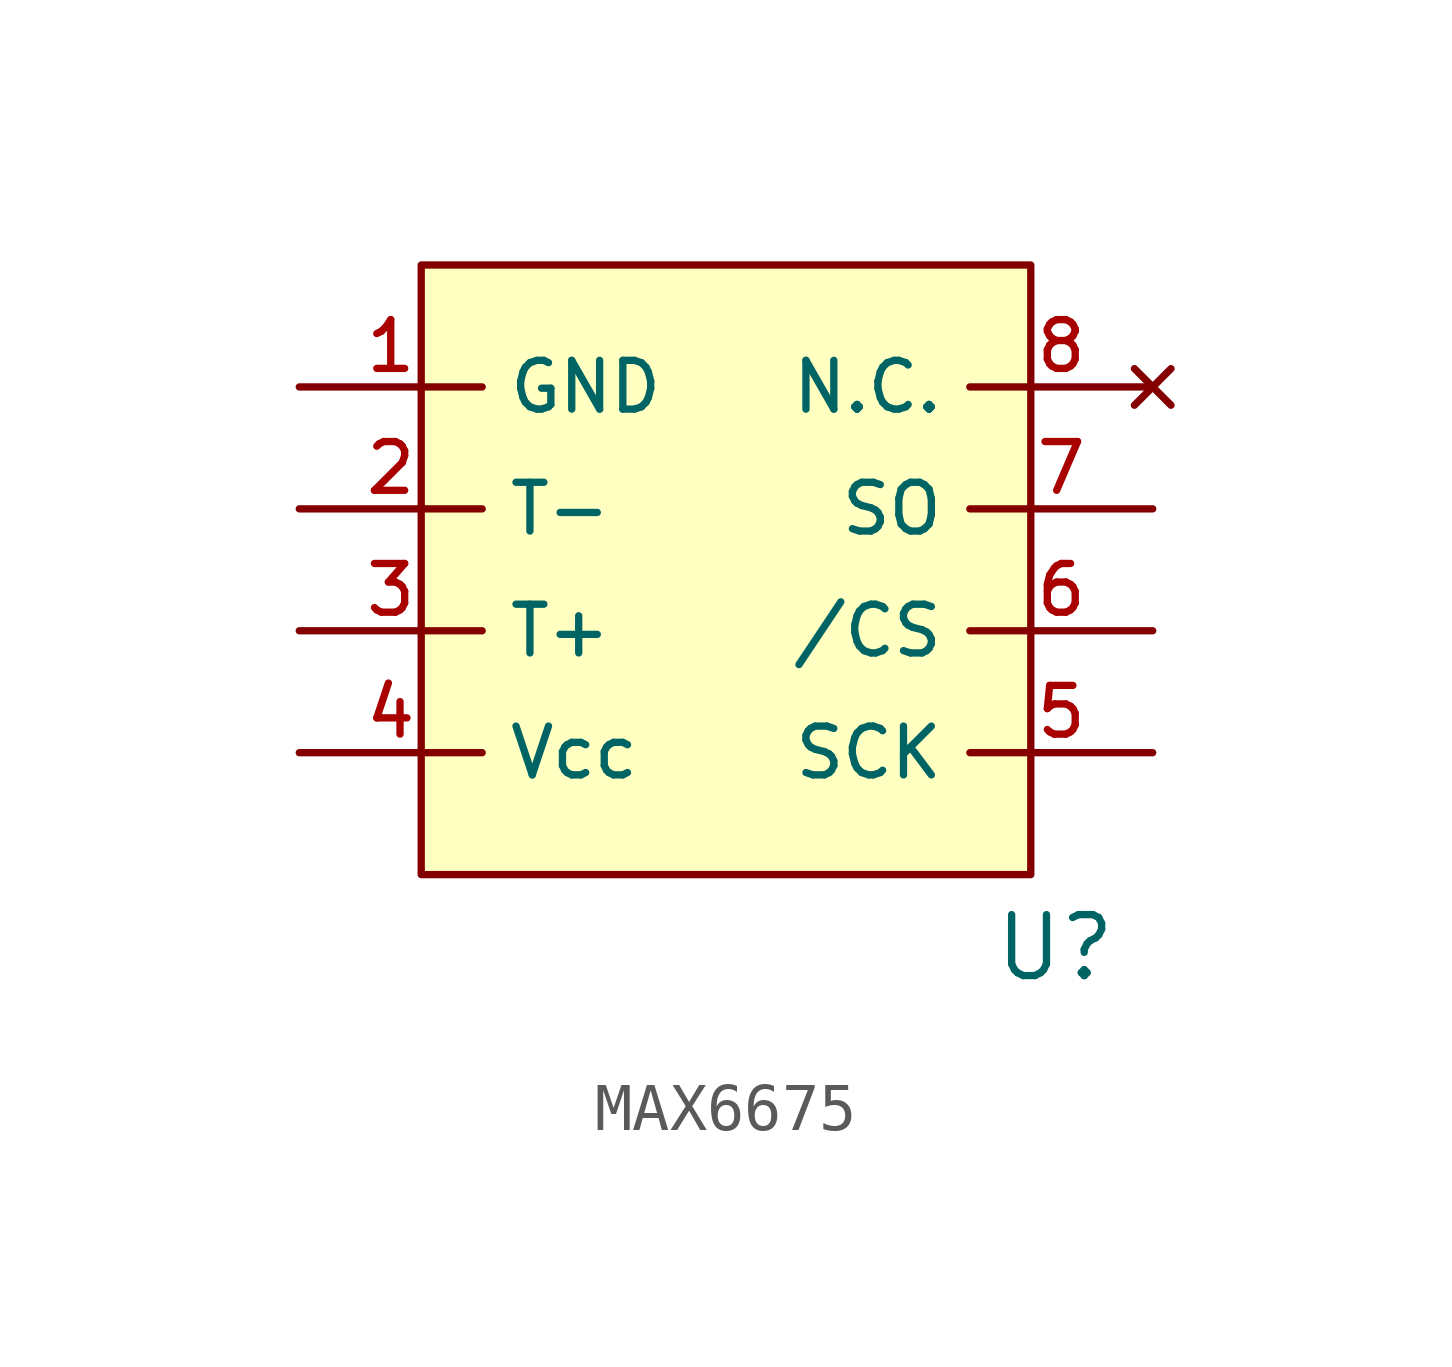
<source format=kicad_sym>
(kicad_symbol_lib
  (version 20231120)
  (generator "kicad_symbol_editor")
  (generator_version "8.0")
  (symbol "MAX6675"
    (property "Reference" "U"
      (at 5.588 -11.684 0)
      (effects (font (size 1.27 1.27))))
    (symbol "MAX6675_1_1"
      (rectangle (start -7.62 2.54) (end 5.08 -10.16) (stroke (width 0) (type default)) (fill (type background)))
      (pin power_in line (at -10.16 0 0) (length 3.81) (name "GND" (effects (font (size 1.016 1.016)))) (number "1" (effects (font (size 1.016 1.016)))))
      (pin passive line (at -10.16 -2.54 0) (length 3.81) (name "T-" (effects (font (size 1.016 1.016)))) (number "2" (effects (font (size 1.016 1.016)))))
      (pin passive line (at -10.16 -5.08 0) (length 3.81) (name "T+" (effects (font (size 1.016 1.016)))) (number "3" (effects (font (size 1.016 1.016)))))
      (pin power_in line (at -10.16 -7.62 0) (length 3.81) (name "Vcc" (effects (font (size 1.016 1.016)))) (number "4" (effects (font (size 1.016 1.016)))))
      (pin bidirectional line (at 7.62 -7.62 180) (length 3.81) (name "SCK" (effects (font (size 1.016 1.016)))) (number "5" (effects (font (size 1.016 1.016)))))
      (pin bidirectional line (at 7.62 -5.08 180) (length 3.81) (name "/CS" (effects (font (size 1.016 1.016)))) (number "6" (effects (font (size 1.016 1.016)))))
      (pin bidirectional line (at 7.62 -2.54 180) (length 3.81) (name "SO" (effects (font (size 1.016 1.016)))) (number "7" (effects (font (size 1.016 1.016)))))
      (pin no_connect line (at 7.62 0 180) (length 3.81) (name "N.C." (effects (font (size 1.016 1.016)))) (number "8" (effects (font (size 1.016 1.016))))))))
</source>
